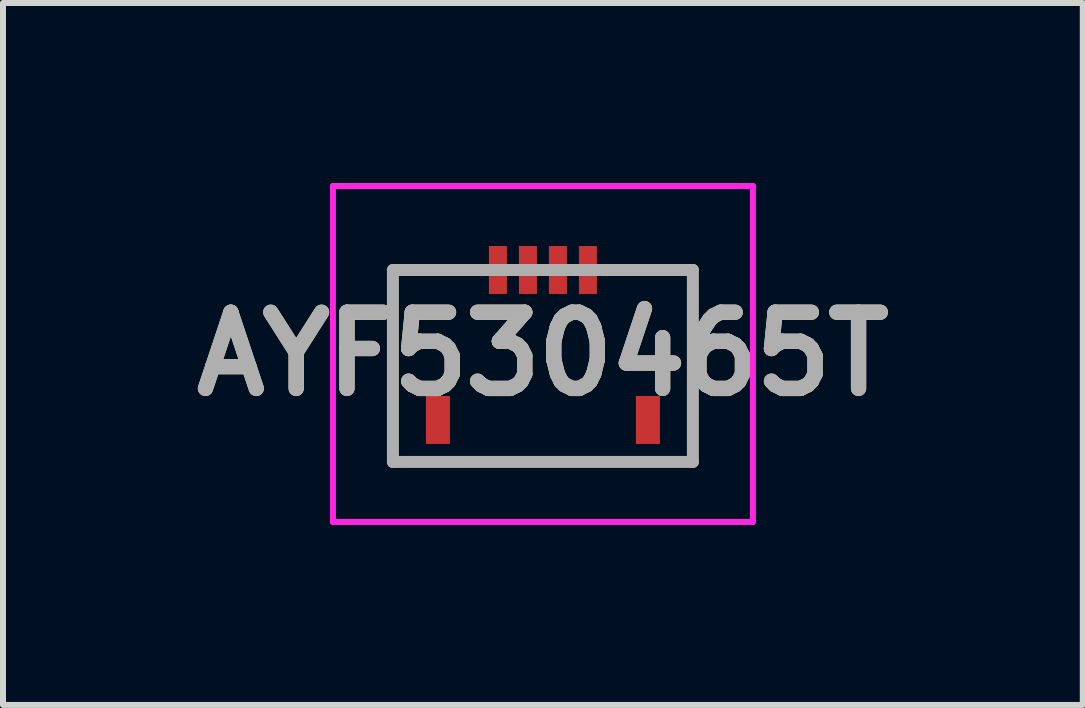
<source format=kicad_pcb>
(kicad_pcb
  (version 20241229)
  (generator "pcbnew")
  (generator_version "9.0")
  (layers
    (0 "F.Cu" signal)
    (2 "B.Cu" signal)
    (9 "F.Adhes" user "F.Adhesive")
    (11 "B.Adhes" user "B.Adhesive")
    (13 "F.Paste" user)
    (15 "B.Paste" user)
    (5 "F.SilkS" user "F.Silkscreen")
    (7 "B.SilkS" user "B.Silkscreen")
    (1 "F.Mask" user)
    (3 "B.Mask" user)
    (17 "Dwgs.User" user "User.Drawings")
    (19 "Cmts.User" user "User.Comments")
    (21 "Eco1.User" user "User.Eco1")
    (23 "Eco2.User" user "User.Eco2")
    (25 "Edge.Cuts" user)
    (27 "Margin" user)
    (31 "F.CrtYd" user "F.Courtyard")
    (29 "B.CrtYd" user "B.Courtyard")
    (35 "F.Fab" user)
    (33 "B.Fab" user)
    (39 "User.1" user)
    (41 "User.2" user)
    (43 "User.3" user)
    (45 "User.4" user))
  (footprint "AYF530465T"
    (layer "F.Cu")
    (at 5.999 3.05)
    (property "Reference" "AYF530465T" (at 0 -0.2 0) (layer "F.SilkS") (effects (font (size 1.27 1.27) (thickness 0.254))))
    (attr smd)
    (fp_line (start -2.5 -1.6) (end -2.5 1.6) (stroke (width 0.1) (type solid)) (layer "F.SilkS"))
    (fp_line (start -2.5 1.6) (end 2.5 1.6) (stroke (width 0.1) (type solid)) (layer "F.SilkS"))
    (fp_line (start -1.2 -1.6) (end -2.5 -1.6) (stroke (width 0.1) (type solid)) (layer "F.SilkS"))
    (fp_line (start 2.5 -1.6) (end 1.2 -1.6) (stroke (width 0.1) (type solid)) (layer "F.SilkS"))
    (fp_line (start 2.5 1.6) (end 2.5 -1.6) (stroke (width 0.1) (type solid)) (layer "F.SilkS"))
    (fp_line (start -3.5 -3) (end 3.5 -3) (stroke (width 0.1) (type solid)) (layer "F.CrtYd"))
    (fp_line (start -3.5 2.6) (end -3.5 -3) (stroke (width 0.1) (type solid)) (layer "F.CrtYd"))
    (fp_line (start 3.5 -3) (end 3.5 2.6) (stroke (width 0.1) (type solid)) (layer "F.CrtYd"))
    (fp_line (start 3.5 2.6) (end -3.5 2.6) (stroke (width 0.1) (type solid)) (layer "F.CrtYd"))
    (fp_line (start -2.5 -1.6) (end 2.5 -1.6) (stroke (width 0.2) (type solid)) (layer "F.Fab"))
    (fp_line (start -2.5 1.6) (end -2.5 -1.6) (stroke (width 0.2) (type solid)) (layer "F.Fab"))
    (fp_line (start 2.5 -1.6) (end 2.5 1.6) (stroke (width 0.2) (type solid)) (layer "F.Fab"))
    (fp_line (start 2.5 1.6) (end -2.5 1.6) (stroke (width 0.2) (type solid)) (layer "F.Fab"))
    (fp_text user "${REFERENCE}" (at 0 -0.2 0) (layer "F.Fab") (effects (font (size 1.27 1.27) (thickness 0.254))))
    (pad "1" smd rect (at -0.75 -1.6) (size 0.3 0.8) (layers "F.Cu" "F.Mask" "F.Paste"))
    (pad "2" smd rect (at -0.25 -1.6) (size 0.3 0.8) (layers "F.Cu" "F.Mask" "F.Paste"))
    (pad "3" smd rect (at 0.25 -1.6) (size 0.3 0.8) (layers "F.Cu" "F.Mask" "F.Paste"))
    (pad "4" smd rect (at 0.75 -1.6) (size 0.3 0.8) (layers "F.Cu" "F.Mask" "F.Paste"))
    (pad "MP1" smd rect (at -1.75 0.9) (size 0.4 0.8) (layers "F.Cu" "F.Mask" "F.Paste"))
    (pad "MP2" smd rect (at 1.75 0.9) (size 0.4 0.8) (layers "F.Cu" "F.Mask" "F.Paste")))
  (gr_rect
    (start -3 -3)
    (end 14.998 8.7)
    (stroke (width 0.1) (type default))
    (fill no)
    (layer "Edge.Cuts")))
</source>
